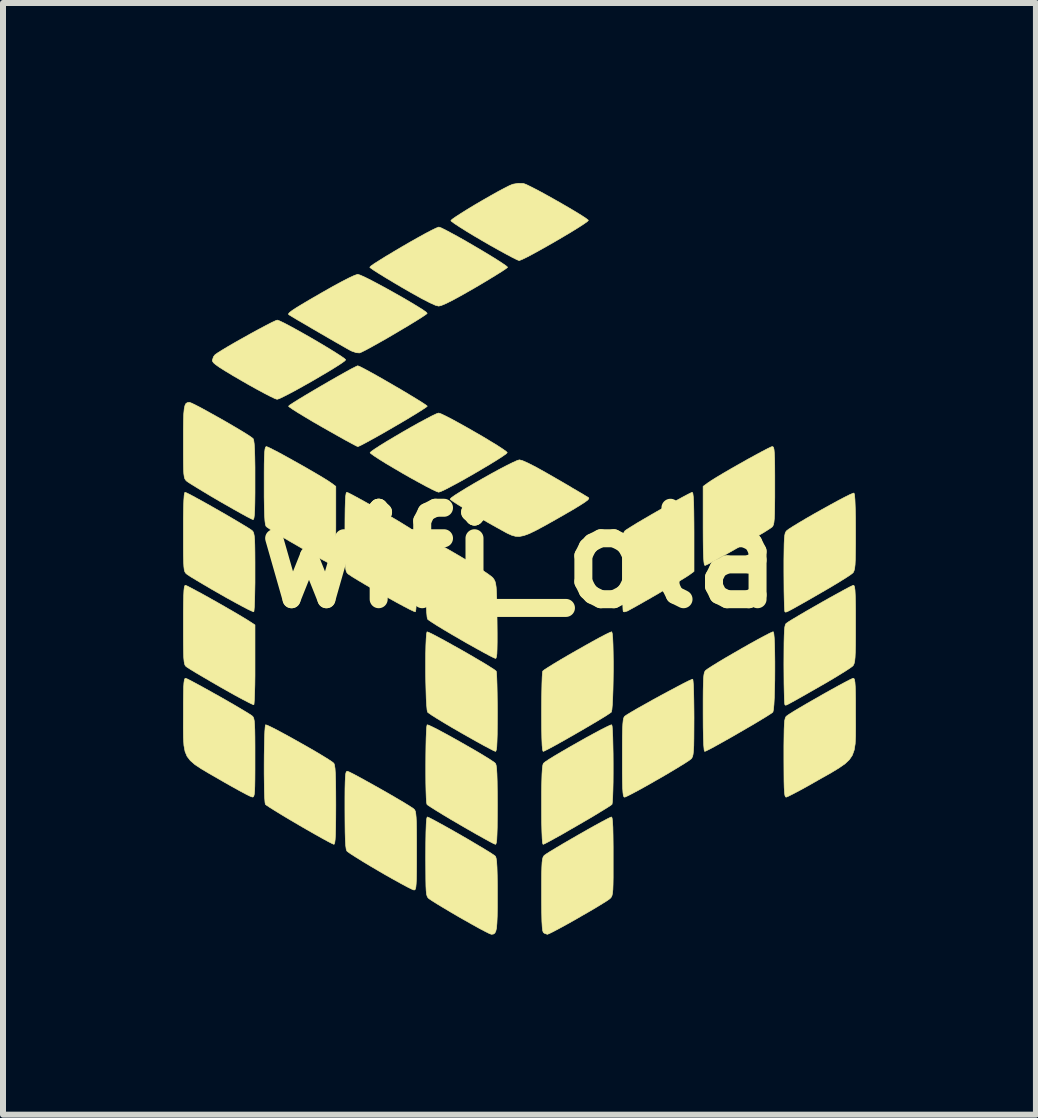
<source format=kicad_pcb>
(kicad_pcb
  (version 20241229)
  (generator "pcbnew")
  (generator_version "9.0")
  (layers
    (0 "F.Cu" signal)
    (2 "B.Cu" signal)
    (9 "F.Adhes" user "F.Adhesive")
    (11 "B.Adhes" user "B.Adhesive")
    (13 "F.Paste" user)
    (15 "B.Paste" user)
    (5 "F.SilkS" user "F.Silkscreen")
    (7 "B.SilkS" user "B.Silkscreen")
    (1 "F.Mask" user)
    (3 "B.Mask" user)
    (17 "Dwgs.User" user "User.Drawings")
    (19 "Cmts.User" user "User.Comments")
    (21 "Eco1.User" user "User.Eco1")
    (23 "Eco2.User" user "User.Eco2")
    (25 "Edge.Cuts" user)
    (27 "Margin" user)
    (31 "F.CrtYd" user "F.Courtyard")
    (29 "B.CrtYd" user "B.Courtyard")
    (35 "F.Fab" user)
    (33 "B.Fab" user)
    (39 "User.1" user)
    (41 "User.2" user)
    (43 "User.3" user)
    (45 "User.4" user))
  (footprint "wifi_ola"
    (layer "F.Cu")
    (at 5.619 6.246)
    (property "Reference" "wifi_ola" (at 0 0 0) (layer "F.SilkS") (effects (font (size 1.524 1.524) (thickness 0.3))))
    (attr through_hole)
    (fp_poly (pts (xy -5.55 0.469) (xy -5.484 0.503) (xy -5.389 0.554) (xy -5.272 0.617) (xy -5.142 0.69) (xy -5.005 0.767) (xy -4.87 0.845) (xy -4.743 0.918) (xy -4.632 0.984) (xy -4.545 1.037) (xy -4.515 1.056) (xy -4.42 1.118) (xy -4.42 1.777) (xy -4.42 1.955) (xy -4.422 2.115) (xy -4.426 2.251) (xy -4.43 2.357) (xy -4.435 2.425) (xy -4.439 2.448) (xy -4.466 2.439) (xy -4.53 2.408) (xy -4.626 2.358) (xy -4.747 2.293) (xy -4.886 2.215) (xy -4.992 2.155) (xy -5.143 2.068) (xy -5.281 1.987) (xy -5.4 1.917) (xy -5.492 1.861) (xy -5.551 1.823) (xy -5.569 1.81) (xy -5.583 1.794) (xy -5.593 1.769) (xy -5.601 1.728) (xy -5.607 1.666) (xy -5.61 1.577) (xy -5.612 1.455) (xy -5.613 1.293) (xy -5.613 1.114) (xy -5.613 0.908) (xy -5.611 0.748) (xy -5.608 0.628) (xy -5.604 0.544) (xy -5.598 0.491) (xy -5.589 0.464) (xy -5.58 0.457) (xy -5.55 0.469)) (stroke (width 0.01) (type solid)) (fill yes) (layer "F.SilkS"))
    (fp_poly (pts (xy -4.196 -1.842) (xy -4.128 -1.808) (xy -4.031 -1.758) (xy -3.913 -1.694) (xy -3.782 -1.621) (xy -3.646 -1.545) (xy -3.512 -1.468) (xy -3.388 -1.396) (xy -3.281 -1.332) (xy -3.199 -1.281) (xy -3.156 -1.252) (xy -3.073 -1.191) (xy -3.073 -0.532) (xy -3.074 -0.323) (xy -3.076 -0.159) (xy -3.079 -0.037) (xy -3.084 0.047) (xy -3.091 0.099) (xy -3.099 0.124) (xy -3.105 0.127) (xy -3.135 0.115) (xy -3.203 0.081) (xy -3.302 0.028) (xy -3.425 -0.04) (xy -3.566 -0.119) (xy -3.67 -0.178) (xy -3.821 -0.265) (xy -3.958 -0.345) (xy -4.074 -0.416) (xy -4.164 -0.473) (xy -4.22 -0.512) (xy -4.235 -0.525) (xy -4.246 -0.555) (xy -4.254 -0.615) (xy -4.26 -0.708) (xy -4.264 -0.84) (xy -4.267 -1.015) (xy -4.267 -1.211) (xy -4.267 -1.411) (xy -4.266 -1.565) (xy -4.263 -1.68) (xy -4.259 -1.76) (xy -4.253 -1.812) (xy -4.245 -1.841) (xy -4.235 -1.853) (xy -4.229 -1.854) (xy -4.196 -1.842)) (stroke (width 0.01) (type solid)) (fill yes) (layer "F.SilkS"))
    (fp_poly (pts (xy 2.877 -1.074) (xy 2.884 -1.018) (xy 2.89 -0.92) (xy 2.893 -0.779) (xy 2.895 -0.592) (xy 2.896 -0.433) (xy 2.896 0.226) (xy 2.813 0.287) (xy 2.771 0.314) (xy 2.694 0.362) (xy 2.588 0.425) (xy 2.464 0.498) (xy 2.329 0.578) (xy 2.191 0.658) (xy 2.058 0.734) (xy 1.94 0.801) (xy 1.844 0.854) (xy 1.788 0.885) (xy 1.74 0.9) (xy 1.718 0.897) (xy 1.713 0.868) (xy 1.71 0.795) (xy 1.706 0.686) (xy 1.704 0.547) (xy 1.702 0.384) (xy 1.702 0.237) (xy 1.702 0.038) (xy 1.703 -0.117) (xy 1.706 -0.233) (xy 1.71 -0.317) (xy 1.716 -0.375) (xy 1.724 -0.413) (xy 1.735 -0.437) (xy 1.746 -0.451) (xy 1.781 -0.476) (xy 1.851 -0.52) (xy 1.948 -0.58) (xy 2.067 -0.65) (xy 2.199 -0.727) (xy 2.337 -0.806) (xy 2.473 -0.883) (xy 2.6 -0.954) (xy 2.71 -1.014) (xy 2.797 -1.06) (xy 2.852 -1.087) (xy 2.867 -1.092) (xy 2.877 -1.074)) (stroke (width 0.01) (type solid)) (fill yes) (layer "F.SilkS"))
    (fp_poly (pts (xy -1.32 -5.5) (xy -1.25 -5.466) (xy -1.153 -5.414) (xy -1.035 -5.35) (xy -0.904 -5.276) (xy -0.767 -5.196) (xy -0.631 -5.116) (xy -0.503 -5.039) (xy -0.39 -4.969) (xy -0.299 -4.91) (xy -0.237 -4.867) (xy -0.211 -4.844) (xy -0.211 -4.842) (xy -0.234 -4.822) (xy -0.296 -4.78) (xy -0.39 -4.721) (xy -0.509 -4.648) (xy -0.647 -4.565) (xy -0.751 -4.504) (xy -0.952 -4.389) (xy -1.112 -4.301) (xy -1.233 -4.24) (xy -1.316 -4.205) (xy -1.359 -4.195) (xy -1.413 -4.209) (xy -1.508 -4.252) (xy -1.646 -4.323) (xy -1.825 -4.423) (xy -1.966 -4.504) (xy -2.115 -4.592) (xy -2.248 -4.672) (xy -2.36 -4.741) (xy -2.444 -4.795) (xy -2.495 -4.831) (xy -2.507 -4.842) (xy -2.489 -4.862) (xy -2.433 -4.902) (xy -2.346 -4.957) (xy -2.237 -5.025) (xy -2.11 -5.101) (xy -1.975 -5.181) (xy -1.837 -5.261) (xy -1.704 -5.336) (xy -1.583 -5.403) (xy -1.48 -5.457) (xy -1.404 -5.494) (xy -1.36 -5.511) (xy -1.356 -5.512) (xy -1.32 -5.5)) (stroke (width 0.01) (type solid)) (fill yes) (layer "F.SilkS"))
    (fp_poly (pts (xy 0.038 -1.62) (xy 0.128 -1.58) (xy 0.258 -1.514) (xy 0.427 -1.42) (xy 0.597 -1.322) (xy 0.746 -1.236) (xy 0.879 -1.157) (xy 0.992 -1.091) (xy 1.077 -1.04) (xy 1.128 -1.009) (xy 1.141 -1.001) (xy 1.143 -0.987) (xy 1.125 -0.964) (xy 1.081 -0.931) (xy 1.009 -0.884) (xy 0.905 -0.82) (xy 0.764 -0.738) (xy 0.586 -0.636) (xy 0.406 -0.535) (xy 0.264 -0.459) (xy 0.151 -0.404) (xy 0.061 -0.371) (xy -0.014 -0.356) (xy -0.079 -0.359) (xy -0.143 -0.377) (xy -0.212 -0.408) (xy -0.244 -0.425) (xy -0.383 -0.502) (xy -0.529 -0.584) (xy -0.674 -0.668) (xy -0.813 -0.749) (xy -0.937 -0.824) (xy -1.041 -0.889) (xy -1.118 -0.939) (xy -1.161 -0.971) (xy -1.168 -0.979) (xy -1.147 -1.002) (xy -1.088 -1.044) (xy -0.998 -1.101) (xy -0.886 -1.17) (xy -0.757 -1.246) (xy -0.619 -1.325) (xy -0.48 -1.403) (xy -0.346 -1.476) (xy -0.225 -1.539) (xy -0.124 -1.589) (xy -0.051 -1.622) (xy -0.013 -1.633) (xy 0.038 -1.62)) (stroke (width 0.01) (type solid)) (fill yes) (layer "F.SilkS"))
    (fp_poly (pts (xy 4.213 -1.85) (xy 4.223 -1.834) (xy 4.23 -1.801) (xy 4.235 -1.744) (xy 4.239 -1.658) (xy 4.241 -1.538) (xy 4.242 -1.377) (xy 4.242 -1.206) (xy 4.242 -1.007) (xy 4.24 -0.851) (xy 4.238 -0.734) (xy 4.234 -0.65) (xy 4.228 -0.591) (xy 4.22 -0.553) (xy 4.209 -0.529) (xy 4.197 -0.514) (xy 4.162 -0.489) (xy 4.092 -0.444) (xy 3.994 -0.385) (xy 3.875 -0.314) (xy 3.743 -0.237) (xy 3.605 -0.158) (xy 3.469 -0.081) (xy 3.343 -0.01) (xy 3.233 0.05) (xy 3.147 0.096) (xy 3.092 0.122) (xy 3.078 0.127) (xy 3.068 0.113) (xy 3.061 0.067) (xy 3.055 -0.014) (xy 3.051 -0.133) (xy 3.049 -0.295) (xy 3.048 -0.504) (xy 3.048 -0.532) (xy 3.048 -1.191) (xy 3.131 -1.252) (xy 3.189 -1.291) (xy 3.278 -1.346) (xy 3.39 -1.413) (xy 3.517 -1.487) (xy 3.653 -1.564) (xy 3.789 -1.641) (xy 3.917 -1.711) (xy 4.03 -1.772) (xy 4.12 -1.819) (xy 4.18 -1.848) (xy 4.2 -1.854) (xy 4.213 -1.85)) (stroke (width 0.01) (type solid)) (fill yes) (layer "F.SilkS"))
    (fp_poly (pts (xy -1.322 -2.401) (xy -1.25 -2.367) (xy -1.15 -2.316) (xy -1.031 -2.251) (xy -0.898 -2.177) (xy -0.76 -2.098) (xy -0.623 -2.019) (xy -0.496 -1.942) (xy -0.384 -1.874) (xy -0.295 -1.816) (xy -0.237 -1.775) (xy -0.216 -1.754) (xy -0.237 -1.732) (xy -0.296 -1.691) (xy -0.385 -1.633) (xy -0.497 -1.564) (xy -0.625 -1.488) (xy -0.761 -1.408) (xy -0.899 -1.329) (xy -1.031 -1.255) (xy -1.151 -1.191) (xy -1.25 -1.139) (xy -1.322 -1.106) (xy -1.359 -1.094) (xy -1.394 -1.106) (xy -1.467 -1.14) (xy -1.57 -1.193) (xy -1.697 -1.262) (xy -1.842 -1.342) (xy -1.956 -1.407) (xy -2.106 -1.495) (xy -2.241 -1.575) (xy -2.353 -1.645) (xy -2.438 -1.701) (xy -2.489 -1.738) (xy -2.502 -1.752) (xy -2.481 -1.774) (xy -2.422 -1.815) (xy -2.333 -1.873) (xy -2.221 -1.942) (xy -2.093 -2.018) (xy -1.957 -2.098) (xy -1.819 -2.177) (xy -1.687 -2.251) (xy -1.567 -2.315) (xy -1.468 -2.367) (xy -1.396 -2.401) (xy -1.359 -2.413) (xy -1.359 -2.413) (xy -1.322 -2.401)) (stroke (width 0.01) (type solid)) (fill yes) (layer "F.SilkS"))
    (fp_poly (pts (xy -4.011 -3.949) (xy -3.939 -3.915) (xy -3.84 -3.863) (xy -3.721 -3.798) (xy -3.589 -3.724) (xy -3.451 -3.645) (xy -3.315 -3.565) (xy -3.187 -3.488) (xy -3.076 -3.419) (xy -2.987 -3.362) (xy -2.929 -3.321) (xy -2.908 -3.3) (xy -2.929 -3.278) (xy -2.988 -3.236) (xy -3.077 -3.179) (xy -3.189 -3.11) (xy -3.318 -3.034) (xy -3.454 -2.954) (xy -3.592 -2.876) (xy -3.725 -2.802) (xy -3.844 -2.738) (xy -3.944 -2.687) (xy -4.015 -2.653) (xy -4.052 -2.642) (xy -4.088 -2.654) (xy -4.161 -2.689) (xy -4.264 -2.742) (xy -4.39 -2.81) (xy -4.532 -2.889) (xy -4.617 -2.938) (xy -4.786 -3.036) (xy -4.915 -3.114) (xy -5.009 -3.173) (xy -5.073 -3.218) (xy -5.111 -3.251) (xy -5.128 -3.277) (xy -5.131 -3.29) (xy -5.112 -3.35) (xy -5.086 -3.384) (xy -5.043 -3.415) (xy -4.966 -3.463) (xy -4.863 -3.525) (xy -4.742 -3.595) (xy -4.61 -3.669) (xy -4.476 -3.744) (xy -4.347 -3.814) (xy -4.232 -3.875) (xy -4.139 -3.923) (xy -4.074 -3.953) (xy -4.048 -3.962) (xy -4.011 -3.949)) (stroke (width 0.01) (type solid)) (fill yes) (layer "F.SilkS"))
    (fp_poly (pts (xy 1.525 1.233) (xy 1.534 1.263) (xy 1.541 1.335) (xy 1.546 1.442) (xy 1.549 1.574) (xy 1.551 1.724) (xy 1.551 1.883) (xy 1.549 2.043) (xy 1.546 2.196) (xy 1.541 2.334) (xy 1.535 2.447) (xy 1.528 2.528) (xy 1.519 2.569) (xy 1.518 2.571) (xy 1.488 2.593) (xy 1.422 2.636) (xy 1.327 2.694) (xy 1.21 2.764) (xy 1.079 2.841) (xy 0.941 2.921) (xy 0.803 3) (xy 0.674 3.073) (xy 0.559 3.137) (xy 0.467 3.186) (xy 0.405 3.217) (xy 0.382 3.226) (xy 0.373 3.201) (xy 0.365 3.125) (xy 0.36 3) (xy 0.357 2.827) (xy 0.356 2.605) (xy 0.356 2.572) (xy 0.357 2.394) (xy 0.359 2.231) (xy 0.362 2.093) (xy 0.366 1.984) (xy 0.371 1.914) (xy 0.375 1.888) (xy 0.403 1.865) (xy 0.468 1.823) (xy 0.561 1.765) (xy 0.676 1.696) (xy 0.806 1.62) (xy 0.944 1.541) (xy 1.082 1.463) (xy 1.212 1.39) (xy 1.329 1.326) (xy 1.425 1.276) (xy 1.492 1.244) (xy 1.524 1.232) (xy 1.525 1.233)) (stroke (width 0.01) (type solid)) (fill yes) (layer "F.SilkS"))
    (fp_poly (pts (xy -4.215 2.79) (xy -4.151 2.82) (xy -4.058 2.867) (xy -3.943 2.929) (xy -3.813 3) (xy -3.676 3.077) (xy -3.538 3.155) (xy -3.408 3.23) (xy -3.293 3.299) (xy -3.199 3.357) (xy -3.133 3.401) (xy -3.105 3.424) (xy -3.095 3.452) (xy -3.086 3.509) (xy -3.08 3.6) (xy -3.076 3.729) (xy -3.074 3.899) (xy -3.073 4.117) (xy -3.073 4.12) (xy -3.074 4.328) (xy -3.076 4.491) (xy -3.079 4.612) (xy -3.084 4.696) (xy -3.091 4.748) (xy -3.1 4.771) (xy -3.105 4.774) (xy -3.135 4.761) (xy -3.202 4.727) (xy -3.301 4.673) (xy -3.424 4.604) (xy -3.566 4.523) (xy -3.682 4.456) (xy -3.833 4.367) (xy -3.97 4.285) (xy -4.086 4.214) (xy -4.175 4.158) (xy -4.23 4.121) (xy -4.247 4.107) (xy -4.253 4.073) (xy -4.259 3.996) (xy -4.263 3.887) (xy -4.265 3.753) (xy -4.267 3.603) (xy -4.267 3.444) (xy -4.266 3.285) (xy -4.263 3.135) (xy -4.26 3.001) (xy -4.256 2.892) (xy -4.25 2.817) (xy -4.244 2.783) (xy -4.243 2.782) (xy -4.215 2.79)) (stroke (width 0.01) (type solid)) (fill yes) (layer "F.SilkS"))
    (fp_poly (pts (xy -2.674 -3.188) (xy -2.607 -3.154) (xy -2.512 -3.103) (xy -2.395 -3.038) (xy -2.265 -2.964) (xy -2.127 -2.884) (xy -1.989 -2.804) (xy -1.859 -2.726) (xy -1.743 -2.656) (xy -1.648 -2.597) (xy -1.582 -2.554) (xy -1.551 -2.53) (xy -1.549 -2.527) (xy -1.57 -2.509) (xy -1.629 -2.47) (xy -1.717 -2.414) (xy -1.829 -2.346) (xy -1.956 -2.27) (xy -2.093 -2.19) (xy -2.231 -2.11) (xy -2.364 -2.034) (xy -2.485 -1.967) (xy -2.586 -1.912) (xy -2.661 -1.873) (xy -2.702 -1.855) (xy -2.706 -1.854) (xy -2.734 -1.866) (xy -2.8 -1.901) (xy -2.897 -1.953) (xy -3.02 -2.022) (xy -3.162 -2.102) (xy -3.296 -2.178) (xy -3.449 -2.266) (xy -3.586 -2.348) (xy -3.702 -2.418) (xy -3.79 -2.474) (xy -3.845 -2.512) (xy -3.861 -2.527) (xy -3.84 -2.546) (xy -3.782 -2.584) (xy -3.693 -2.64) (xy -3.582 -2.707) (xy -3.454 -2.783) (xy -3.318 -2.863) (xy -3.18 -2.943) (xy -3.047 -3.019) (xy -2.926 -3.087) (xy -2.825 -3.143) (xy -2.751 -3.181) (xy -2.71 -3.2) (xy -2.706 -3.2) (xy -2.674 -3.188)) (stroke (width 0.01) (type solid)) (fill yes) (layer "F.SilkS"))
    (fp_poly (pts (xy -1.525 1.242) (xy -1.462 1.272) (xy -1.369 1.321) (xy -1.254 1.383) (xy -1.125 1.455) (xy -0.987 1.532) (xy -0.849 1.611) (xy -0.718 1.688) (xy -0.6 1.757) (xy -0.504 1.817) (xy -0.435 1.861) (xy -0.402 1.887) (xy -0.4 1.889) (xy -0.395 1.921) (xy -0.391 1.997) (xy -0.387 2.11) (xy -0.384 2.252) (xy -0.382 2.417) (xy -0.381 2.572) (xy -0.382 2.78) (xy -0.383 2.943) (xy -0.387 3.064) (xy -0.391 3.147) (xy -0.398 3.199) (xy -0.407 3.222) (xy -0.413 3.225) (xy -0.443 3.213) (xy -0.51 3.178) (xy -0.609 3.126) (xy -0.732 3.058) (xy -0.874 2.978) (xy -0.978 2.919) (xy -1.129 2.832) (xy -1.265 2.751) (xy -1.382 2.68) (xy -1.471 2.624) (xy -1.527 2.585) (xy -1.543 2.572) (xy -1.552 2.536) (xy -1.559 2.459) (xy -1.566 2.349) (xy -1.57 2.214) (xy -1.574 2.062) (xy -1.576 1.902) (xy -1.576 1.742) (xy -1.575 1.591) (xy -1.572 1.456) (xy -1.567 1.346) (xy -1.561 1.27) (xy -1.553 1.234) (xy -1.552 1.233) (xy -1.525 1.242)) (stroke (width 0.01) (type solid)) (fill yes) (layer "F.SilkS"))
    (fp_poly (pts (xy -1.522 2.79) (xy -1.458 2.82) (xy -1.365 2.867) (xy -1.25 2.929) (xy -1.121 3) (xy -0.984 3.077) (xy -0.846 3.156) (xy -0.716 3.231) (xy -0.601 3.3) (xy -0.506 3.359) (xy -0.441 3.402) (xy -0.413 3.425) (xy -0.402 3.453) (xy -0.394 3.509) (xy -0.388 3.599) (xy -0.384 3.727) (xy -0.382 3.897) (xy -0.381 4.113) (xy -0.381 4.12) (xy -0.382 4.328) (xy -0.383 4.491) (xy -0.387 4.612) (xy -0.391 4.696) (xy -0.398 4.748) (xy -0.407 4.771) (xy -0.413 4.774) (xy -0.443 4.762) (xy -0.51 4.727) (xy -0.608 4.673) (xy -0.732 4.604) (xy -0.873 4.523) (xy -0.989 4.456) (xy -1.14 4.368) (xy -1.277 4.286) (xy -1.393 4.215) (xy -1.482 4.159) (xy -1.538 4.122) (xy -1.554 4.108) (xy -1.561 4.073) (xy -1.566 3.997) (xy -1.57 3.887) (xy -1.573 3.753) (xy -1.574 3.602) (xy -1.574 3.444) (xy -1.573 3.285) (xy -1.571 3.134) (xy -1.568 3.001) (xy -1.563 2.892) (xy -1.558 2.816) (xy -1.551 2.782) (xy -1.55 2.782) (xy -1.522 2.79)) (stroke (width 0.01) (type solid)) (fill yes) (layer "F.SilkS"))
    (fp_poly (pts (xy 1.532 2.81) (xy 1.537 2.881) (xy 1.542 2.987) (xy 1.545 3.118) (xy 1.548 3.267) (xy 1.549 3.425) (xy 1.549 3.584) (xy 1.548 3.736) (xy 1.545 3.872) (xy 1.541 3.985) (xy 1.536 4.066) (xy 1.53 4.106) (xy 1.529 4.108) (xy 1.503 4.128) (xy 1.439 4.169) (xy 1.346 4.226) (xy 1.231 4.296) (xy 1.101 4.373) (xy 0.963 4.453) (xy 0.824 4.533) (xy 0.693 4.609) (xy 0.575 4.674) (xy 0.479 4.727) (xy 0.412 4.762) (xy 0.381 4.775) (xy 0.381 4.775) (xy 0.372 4.75) (xy 0.366 4.677) (xy 0.361 4.559) (xy 0.357 4.398) (xy 0.356 4.198) (xy 0.356 4.12) (xy 0.356 3.902) (xy 0.359 3.731) (xy 0.363 3.601) (xy 0.369 3.51) (xy 0.377 3.452) (xy 0.387 3.424) (xy 0.387 3.424) (xy 0.419 3.398) (xy 0.487 3.353) (xy 0.583 3.294) (xy 0.7 3.225) (xy 0.831 3.149) (xy 0.969 3.071) (xy 1.105 2.994) (xy 1.234 2.924) (xy 1.348 2.863) (xy 1.439 2.817) (xy 1.501 2.788) (xy 1.525 2.782) (xy 1.532 2.81)) (stroke (width 0.01) (type solid)) (fill yes) (layer "F.SilkS"))
    (fp_poly (pts (xy 4.226 1.262) (xy 4.233 1.335) (xy 4.238 1.441) (xy 4.241 1.574) (xy 4.243 1.724) (xy 4.243 1.883) (xy 4.242 2.044) (xy 4.238 2.197) (xy 4.234 2.334) (xy 4.228 2.447) (xy 4.22 2.528) (xy 4.211 2.569) (xy 4.21 2.571) (xy 4.181 2.593) (xy 4.114 2.636) (xy 4.019 2.694) (xy 3.903 2.764) (xy 3.771 2.841) (xy 3.633 2.921) (xy 3.496 3) (xy 3.366 3.073) (xy 3.251 3.137) (xy 3.16 3.186) (xy 3.098 3.217) (xy 3.074 3.226) (xy 3.065 3.201) (xy 3.058 3.125) (xy 3.053 3) (xy 3.049 2.827) (xy 3.048 2.606) (xy 3.048 2.569) (xy 3.048 2.368) (xy 3.049 2.211) (xy 3.052 2.094) (xy 3.055 2.008) (xy 3.061 1.95) (xy 3.069 1.911) (xy 3.08 1.888) (xy 3.092 1.874) (xy 3.135 1.843) (xy 3.212 1.794) (xy 3.314 1.731) (xy 3.435 1.659) (xy 3.568 1.582) (xy 3.705 1.503) (xy 3.839 1.427) (xy 3.964 1.358) (xy 4.071 1.301) (xy 4.153 1.258) (xy 4.204 1.235) (xy 4.217 1.232) (xy 4.226 1.262)) (stroke (width 0.01) (type solid)) (fill yes) (layer "F.SilkS"))
    (fp_poly (pts (xy -2.667 -4.712) (xy -2.593 -4.679) (xy -2.492 -4.629) (xy -2.371 -4.565) (xy -2.238 -4.493) (xy -2.098 -4.415) (xy -1.96 -4.337) (xy -1.832 -4.262) (xy -1.719 -4.194) (xy -1.629 -4.138) (xy -1.571 -4.097) (xy -1.55 -4.075) (xy -1.571 -4.056) (xy -1.629 -4.017) (xy -1.717 -3.961) (xy -1.828 -3.893) (xy -1.955 -3.817) (xy -2.09 -3.737) (xy -2.226 -3.657) (xy -2.357 -3.583) (xy -2.475 -3.517) (xy -2.573 -3.464) (xy -2.643 -3.429) (xy -2.677 -3.415) (xy -2.732 -3.419) (xy -2.805 -3.444) (xy -2.832 -3.457) (xy -2.888 -3.488) (xy -2.973 -3.537) (xy -3.082 -3.599) (xy -3.205 -3.67) (xy -3.336 -3.746) (xy -3.467 -3.822) (xy -3.591 -3.895) (xy -3.7 -3.958) (xy -3.785 -4.009) (xy -3.841 -4.043) (xy -3.859 -4.054) (xy -3.861 -4.067) (xy -3.844 -4.088) (xy -3.803 -4.12) (xy -3.735 -4.165) (xy -3.635 -4.226) (xy -3.5 -4.306) (xy -3.325 -4.407) (xy -3.285 -4.43) (xy -3.119 -4.524) (xy -2.973 -4.603) (xy -2.853 -4.665) (xy -2.764 -4.706) (xy -2.711 -4.724) (xy -2.706 -4.724) (xy -2.667 -4.712)) (stroke (width 0.01) (type solid)) (fill yes) (layer "F.SilkS"))
    (fp_poly (pts (xy 0.05 -6.239) (xy 0.055 -6.238) (xy 0.099 -6.222) (xy 0.177 -6.184) (xy 0.281 -6.131) (xy 0.403 -6.065) (xy 0.536 -5.991) (xy 0.672 -5.914) (xy 0.803 -5.838) (xy 0.923 -5.767) (xy 1.022 -5.706) (xy 1.095 -5.658) (xy 1.132 -5.629) (xy 1.136 -5.624) (xy 1.117 -5.604) (xy 1.061 -5.564) (xy 0.975 -5.508) (xy 0.865 -5.44) (xy 0.738 -5.364) (xy 0.602 -5.284) (xy 0.464 -5.205) (xy 0.331 -5.13) (xy 0.209 -5.063) (xy 0.107 -5.009) (xy 0.03 -4.972) (xy -0.014 -4.955) (xy -0.018 -4.954) (xy -0.052 -4.967) (xy -0.123 -5.002) (xy -0.225 -5.056) (xy -0.351 -5.125) (xy -0.494 -5.205) (xy -0.61 -5.272) (xy -0.76 -5.36) (xy -0.894 -5.441) (xy -1.007 -5.512) (xy -1.092 -5.568) (xy -1.143 -5.605) (xy -1.156 -5.619) (xy -1.135 -5.641) (xy -1.077 -5.682) (xy -0.989 -5.739) (xy -0.879 -5.808) (xy -0.755 -5.883) (xy -0.623 -5.96) (xy -0.492 -6.035) (xy -0.369 -6.104) (xy -0.262 -6.161) (xy -0.177 -6.204) (xy -0.123 -6.226) (xy -0.123 -6.226) (xy -0.036 -6.241) (xy 0.05 -6.239)) (stroke (width 0.01) (type solid)) (fill yes) (layer "F.SilkS"))
    (fp_poly (pts (xy -5.554 -1.08) (xy -5.487 -1.046) (xy -5.391 -0.994) (xy -5.274 -0.93) (xy -5.143 -0.856) (xy -5.006 -0.778) (xy -4.869 -0.699) (xy -4.741 -0.624) (xy -4.629 -0.557) (xy -4.54 -0.503) (xy -4.482 -0.465) (xy -4.464 -0.451) (xy -4.45 -0.433) (xy -4.44 -0.406) (xy -4.432 -0.365) (xy -4.426 -0.302) (xy -4.423 -0.212) (xy -4.421 -0.088) (xy -4.42 0.076) (xy -4.42 0.24) (xy -4.42 0.416) (xy -4.423 0.575) (xy -4.426 0.709) (xy -4.43 0.813) (xy -4.436 0.878) (xy -4.44 0.899) (xy -4.467 0.89) (xy -4.532 0.86) (xy -4.628 0.81) (xy -4.748 0.745) (xy -4.888 0.668) (xy -4.986 0.612) (xy -5.137 0.526) (xy -5.275 0.445) (xy -5.394 0.374) (xy -5.487 0.318) (xy -5.546 0.279) (xy -5.562 0.267) (xy -5.578 0.251) (xy -5.59 0.229) (xy -5.599 0.196) (xy -5.605 0.145) (xy -5.609 0.071) (xy -5.612 -0.034) (xy -5.613 -0.175) (xy -5.613 -0.358) (xy -5.613 -0.436) (xy -5.613 -0.656) (xy -5.61 -0.829) (xy -5.606 -0.955) (xy -5.6 -1.04) (xy -5.592 -1.084) (xy -5.585 -1.092) (xy -5.554 -1.08)) (stroke (width 0.01) (type solid)) (fill yes) (layer "F.SilkS"))
    (fp_poly (pts (xy -5.546 2.019) (xy -5.479 2.053) (xy -5.384 2.104) (xy -5.267 2.168) (xy -5.136 2.241) (xy -4.998 2.318) (xy -4.862 2.396) (xy -4.734 2.47) (xy -4.623 2.536) (xy -4.535 2.589) (xy -4.478 2.626) (xy -4.464 2.637) (xy -4.45 2.653) (xy -4.44 2.677) (xy -4.432 2.717) (xy -4.427 2.778) (xy -4.423 2.867) (xy -4.421 2.988) (xy -4.42 3.149) (xy -4.42 3.331) (xy -4.42 3.531) (xy -4.421 3.686) (xy -4.423 3.801) (xy -4.426 3.883) (xy -4.431 3.937) (xy -4.439 3.968) (xy -4.449 3.983) (xy -4.462 3.986) (xy -4.464 3.986) (xy -4.498 3.974) (xy -4.569 3.939) (xy -4.67 3.885) (xy -4.793 3.817) (xy -4.933 3.738) (xy -5 3.699) (xy -5.176 3.598) (xy -5.314 3.516) (xy -5.42 3.446) (xy -5.497 3.379) (xy -5.551 3.309) (xy -5.585 3.228) (xy -5.604 3.127) (xy -5.612 2.999) (xy -5.614 2.837) (xy -5.613 2.633) (xy -5.613 2.61) (xy -5.613 2.416) (xy -5.611 2.267) (xy -5.609 2.158) (xy -5.604 2.083) (xy -5.597 2.036) (xy -5.588 2.013) (xy -5.577 2.007) (xy -5.546 2.019)) (stroke (width 0.01) (type solid)) (fill yes) (layer "F.SilkS"))
    (fp_poly (pts (xy -2.859 -1.08) (xy -2.791 -1.045) (xy -2.695 -0.993) (xy -2.577 -0.928) (xy -2.445 -0.853) (xy -2.307 -0.774) (xy -2.17 -0.694) (xy -2.041 -0.618) (xy -1.928 -0.549) (xy -1.838 -0.493) (xy -1.779 -0.454) (xy -1.759 -0.438) (xy -1.75 -0.403) (xy -1.743 -0.326) (xy -1.737 -0.216) (xy -1.732 -0.081) (xy -1.728 0.07) (xy -1.726 0.229) (xy -1.726 0.389) (xy -1.727 0.54) (xy -1.729 0.675) (xy -1.733 0.785) (xy -1.739 0.862) (xy -1.747 0.898) (xy -1.748 0.899) (xy -1.775 0.89) (xy -1.839 0.86) (xy -1.935 0.81) (xy -2.056 0.745) (xy -2.195 0.668) (xy -2.294 0.612) (xy -2.445 0.526) (xy -2.583 0.445) (xy -2.702 0.374) (xy -2.794 0.318) (xy -2.853 0.279) (xy -2.87 0.267) (xy -2.885 0.251) (xy -2.898 0.229) (xy -2.906 0.196) (xy -2.913 0.145) (xy -2.917 0.071) (xy -2.919 -0.034) (xy -2.921 -0.175) (xy -2.921 -0.358) (xy -2.921 -0.436) (xy -2.92 -0.651) (xy -2.918 -0.818) (xy -2.914 -0.943) (xy -2.909 -1.027) (xy -2.901 -1.076) (xy -2.892 -1.092) (xy -2.891 -1.092) (xy -2.859 -1.08)) (stroke (width 0.01) (type solid)) (fill yes) (layer "F.SilkS"))
    (fp_poly (pts (xy -1.523 -0.308) (xy -1.457 -0.278) (xy -1.363 -0.23) (xy -1.248 -0.167) (xy -1.119 -0.093) (xy -0.984 -0.014) (xy -0.85 0.067) (xy -0.724 0.146) (xy -0.614 0.217) (xy -0.526 0.277) (xy -0.468 0.321) (xy -0.451 0.339) (xy -0.433 0.366) (xy -0.419 0.395) (xy -0.409 0.434) (xy -0.401 0.488) (xy -0.396 0.564) (xy -0.392 0.669) (xy -0.389 0.81) (xy -0.387 0.994) (xy -0.386 1.048) (xy -0.384 1.249) (xy -0.384 1.405) (xy -0.386 1.52) (xy -0.389 1.6) (xy -0.396 1.649) (xy -0.404 1.672) (xy -0.412 1.676) (xy -0.442 1.664) (xy -0.51 1.63) (xy -0.609 1.577) (xy -0.732 1.509) (xy -0.874 1.43) (xy -0.978 1.37) (xy -1.128 1.283) (xy -1.265 1.202) (xy -1.382 1.131) (xy -1.471 1.074) (xy -1.527 1.036) (xy -1.543 1.022) (xy -1.552 0.987) (xy -1.559 0.91) (xy -1.565 0.8) (xy -1.57 0.665) (xy -1.574 0.514) (xy -1.576 0.354) (xy -1.576 0.195) (xy -1.575 0.043) (xy -1.573 -0.092) (xy -1.569 -0.201) (xy -1.563 -0.278) (xy -1.555 -0.314) (xy -1.554 -0.315) (xy -1.523 -0.308)) (stroke (width 0.01) (type solid)) (fill yes) (layer "F.SilkS"))
    (fp_poly (pts (xy 5.562 2.012) (xy 5.571 2.033) (xy 5.578 2.074) (xy 5.583 2.142) (xy 5.586 2.242) (xy 5.588 2.38) (xy 5.588 2.563) (xy 5.588 2.595) (xy 5.589 2.802) (xy 5.588 2.967) (xy 5.582 3.099) (xy 5.565 3.204) (xy 5.534 3.29) (xy 5.485 3.363) (xy 5.413 3.431) (xy 5.313 3.501) (xy 5.183 3.58) (xy 5.016 3.674) (xy 4.893 3.744) (xy 4.759 3.82) (xy 4.638 3.886) (xy 4.538 3.938) (xy 4.466 3.974) (xy 4.431 3.988) (xy 4.43 3.988) (xy 4.419 3.98) (xy 4.41 3.955) (xy 4.404 3.906) (xy 4.399 3.829) (xy 4.396 3.717) (xy 4.395 3.566) (xy 4.394 3.37) (xy 4.394 3.331) (xy 4.394 3.13) (xy 4.396 2.973) (xy 4.398 2.856) (xy 4.402 2.77) (xy 4.407 2.712) (xy 4.416 2.674) (xy 4.426 2.65) (xy 4.439 2.636) (xy 4.479 2.608) (xy 4.553 2.561) (xy 4.655 2.5) (xy 4.776 2.429) (xy 4.909 2.353) (xy 5.047 2.274) (xy 5.181 2.199) (xy 5.306 2.13) (xy 5.412 2.073) (xy 5.493 2.031) (xy 5.541 2.009) (xy 5.549 2.007) (xy 5.562 2.012)) (stroke (width 0.01) (type solid)) (fill yes) (layer "F.SilkS"))
    (fp_poly (pts (xy -1.518 4.33) (xy -1.45 4.365) (xy -1.354 4.417) (xy -1.236 4.482) (xy -1.105 4.556) (xy -0.967 4.635) (xy -0.829 4.715) (xy -0.7 4.792) (xy -0.586 4.86) (xy -0.495 4.916) (xy -0.435 4.956) (xy -0.413 4.973) (xy -0.402 5.003) (xy -0.393 5.062) (xy -0.387 5.157) (xy -0.383 5.291) (xy -0.381 5.468) (xy -0.381 5.613) (xy -0.381 5.814) (xy -0.383 5.969) (xy -0.388 6.086) (xy -0.395 6.168) (xy -0.407 6.222) (xy -0.424 6.254) (xy -0.446 6.269) (xy -0.475 6.273) (xy -0.481 6.273) (xy -0.514 6.261) (xy -0.584 6.226) (xy -0.683 6.174) (xy -0.805 6.106) (xy -0.943 6.028) (xy -0.998 5.997) (xy -1.142 5.913) (xy -1.273 5.835) (xy -1.384 5.768) (xy -1.468 5.715) (xy -1.517 5.682) (xy -1.525 5.676) (xy -1.54 5.66) (xy -1.552 5.637) (xy -1.561 5.603) (xy -1.567 5.55) (xy -1.571 5.473) (xy -1.573 5.365) (xy -1.574 5.221) (xy -1.575 5.033) (xy -1.575 4.974) (xy -1.574 4.746) (xy -1.571 4.566) (xy -1.566 4.434) (xy -1.559 4.351) (xy -1.55 4.319) (xy -1.549 4.318) (xy -1.518 4.33)) (stroke (width 0.01) (type solid)) (fill yes) (layer "F.SilkS"))
    (fp_poly (pts (xy 1.531 4.336) (xy 1.538 4.393) (xy 1.544 4.49) (xy 1.547 4.631) (xy 1.549 4.819) (xy 1.549 4.974) (xy 1.549 5.173) (xy 1.549 5.328) (xy 1.547 5.444) (xy 1.544 5.529) (xy 1.538 5.587) (xy 1.53 5.626) (xy 1.519 5.651) (xy 1.505 5.669) (xy 1.492 5.681) (xy 1.451 5.711) (xy 1.376 5.758) (xy 1.275 5.82) (xy 1.155 5.891) (xy 1.024 5.966) (xy 0.891 6.043) (xy 0.762 6.115) (xy 0.646 6.178) (xy 0.55 6.229) (xy 0.483 6.262) (xy 0.452 6.274) (xy 0.404 6.257) (xy 0.386 6.243) (xy 0.375 6.216) (xy 0.367 6.154) (xy 0.361 6.055) (xy 0.358 5.914) (xy 0.356 5.728) (xy 0.356 5.608) (xy 0.356 5.416) (xy 0.357 5.267) (xy 0.36 5.157) (xy 0.364 5.078) (xy 0.371 5.025) (xy 0.38 4.99) (xy 0.393 4.968) (xy 0.4 4.959) (xy 0.435 4.934) (xy 0.504 4.89) (xy 0.602 4.831) (xy 0.721 4.76) (xy 0.853 4.684) (xy 0.99 4.605) (xy 1.127 4.527) (xy 1.254 4.456) (xy 1.364 4.396) (xy 1.451 4.35) (xy 1.506 4.323) (xy 1.521 4.318) (xy 1.531 4.336)) (stroke (width 0.01) (type solid)) (fill yes) (layer "F.SilkS"))
    (fp_poly (pts (xy 2.88 2.05) (xy 2.886 2.122) (xy 2.89 2.23) (xy 2.893 2.368) (xy 2.895 2.529) (xy 2.896 2.666) (xy 2.895 2.863) (xy 2.894 3.016) (xy 2.892 3.131) (xy 2.887 3.214) (xy 2.881 3.272) (xy 2.872 3.31) (xy 2.86 3.335) (xy 2.851 3.347) (xy 2.817 3.374) (xy 2.747 3.42) (xy 2.648 3.481) (xy 2.529 3.553) (xy 2.397 3.631) (xy 2.259 3.71) (xy 2.123 3.788) (xy 1.997 3.858) (xy 1.887 3.917) (xy 1.802 3.961) (xy 1.75 3.985) (xy 1.738 3.988) (xy 1.727 3.981) (xy 1.718 3.957) (xy 1.712 3.91) (xy 1.707 3.835) (xy 1.704 3.726) (xy 1.702 3.579) (xy 1.702 3.388) (xy 1.702 3.331) (xy 1.702 3.128) (xy 1.703 2.971) (xy 1.706 2.852) (xy 1.71 2.767) (xy 1.716 2.708) (xy 1.724 2.67) (xy 1.735 2.648) (xy 1.744 2.638) (xy 1.785 2.61) (xy 1.86 2.565) (xy 1.961 2.506) (xy 2.083 2.438) (xy 2.216 2.363) (xy 2.354 2.288) (xy 2.49 2.215) (xy 2.616 2.148) (xy 2.724 2.091) (xy 2.808 2.049) (xy 2.861 2.026) (xy 2.875 2.022) (xy 2.88 2.05)) (stroke (width 0.01) (type solid)) (fill yes) (layer "F.SilkS"))
    (fp_poly (pts (xy -2.85 3.568) (xy -2.782 3.602) (xy -2.686 3.653) (xy -2.568 3.718) (xy -2.437 3.791) (xy -2.3 3.868) (xy -2.164 3.946) (xy -2.037 4.02) (xy -1.926 4.086) (xy -1.839 4.14) (xy -1.784 4.176) (xy -1.772 4.186) (xy -1.758 4.201) (xy -1.747 4.226) (xy -1.74 4.266) (xy -1.734 4.328) (xy -1.73 4.416) (xy -1.728 4.538) (xy -1.727 4.699) (xy -1.727 4.881) (xy -1.727 5.081) (xy -1.728 5.235) (xy -1.73 5.351) (xy -1.734 5.432) (xy -1.739 5.486) (xy -1.746 5.517) (xy -1.756 5.532) (xy -1.769 5.535) (xy -1.772 5.535) (xy -1.805 5.522) (xy -1.876 5.487) (xy -1.977 5.433) (xy -2.102 5.364) (xy -2.244 5.284) (xy -2.337 5.23) (xy -2.485 5.143) (xy -2.62 5.062) (xy -2.734 4.991) (xy -2.822 4.935) (xy -2.876 4.897) (xy -2.889 4.885) (xy -2.9 4.855) (xy -2.908 4.796) (xy -2.914 4.702) (xy -2.918 4.57) (xy -2.92 4.396) (xy -2.921 4.199) (xy -2.921 4) (xy -2.92 3.846) (xy -2.917 3.732) (xy -2.913 3.651) (xy -2.908 3.599) (xy -2.9 3.57) (xy -2.889 3.558) (xy -2.881 3.556) (xy -2.85 3.568)) (stroke (width 0.01) (type solid)) (fill yes) (layer "F.SilkS"))
    (fp_poly (pts (xy -5.476 -2.578) (xy -5.406 -2.544) (xy -5.308 -2.493) (xy -5.19 -2.428) (xy -5.059 -2.355) (xy -4.924 -2.279) (xy -4.792 -2.202) (xy -4.672 -2.131) (xy -4.57 -2.069) (xy -4.495 -2.02) (xy -4.455 -1.99) (xy -4.451 -1.987) (xy -4.441 -1.958) (xy -4.433 -1.901) (xy -4.427 -1.81) (xy -4.423 -1.681) (xy -4.42 -1.511) (xy -4.42 -1.293) (xy -4.42 -1.291) (xy -4.42 -1.082) (xy -4.422 -0.919) (xy -4.425 -0.798) (xy -4.43 -0.715) (xy -4.437 -0.663) (xy -4.446 -0.64) (xy -4.451 -0.637) (xy -4.482 -0.65) (xy -4.549 -0.684) (xy -4.647 -0.738) (xy -4.769 -0.806) (xy -4.909 -0.886) (xy -4.995 -0.935) (xy -5.144 -1.022) (xy -5.28 -1.104) (xy -5.397 -1.175) (xy -5.488 -1.231) (xy -5.546 -1.269) (xy -5.56 -1.28) (xy -5.577 -1.298) (xy -5.59 -1.32) (xy -5.599 -1.353) (xy -5.606 -1.403) (xy -5.61 -1.478) (xy -5.612 -1.583) (xy -5.613 -1.726) (xy -5.613 -1.912) (xy -5.613 -1.929) (xy -5.613 -2.13) (xy -5.611 -2.285) (xy -5.607 -2.402) (xy -5.599 -2.484) (xy -5.587 -2.538) (xy -5.571 -2.571) (xy -5.548 -2.586) (xy -5.519 -2.591) (xy -5.511 -2.591) (xy -5.476 -2.578)) (stroke (width 0.01) (type solid)) (fill yes) (layer "F.SilkS"))
    (fp_poly (pts (xy 5.571 -1.049) (xy 5.578 -0.969) (xy 5.583 -0.841) (xy 5.587 -0.669) (xy 5.588 -0.453) (xy 5.588 -0.433) (xy 5.588 -0.235) (xy 5.586 -0.082) (xy 5.584 0.033) (xy 5.58 0.116) (xy 5.573 0.174) (xy 5.564 0.212) (xy 5.553 0.238) (xy 5.544 0.25) (xy 5.509 0.278) (xy 5.437 0.326) (xy 5.335 0.39) (xy 5.211 0.465) (xy 5.07 0.548) (xy 5.016 0.579) (xy 4.841 0.68) (xy 4.704 0.758) (xy 4.601 0.816) (xy 4.527 0.857) (xy 4.476 0.884) (xy 4.445 0.898) (xy 4.427 0.904) (xy 4.417 0.903) (xy 4.411 0.898) (xy 4.41 0.897) (xy 4.406 0.868) (xy 4.402 0.795) (xy 4.399 0.686) (xy 4.396 0.547) (xy 4.395 0.384) (xy 4.394 0.237) (xy 4.394 0.038) (xy 4.396 -0.117) (xy 4.398 -0.233) (xy 4.402 -0.317) (xy 4.408 -0.375) (xy 4.416 -0.413) (xy 4.428 -0.437) (xy 4.439 -0.451) (xy 4.478 -0.481) (xy 4.552 -0.528) (xy 4.652 -0.589) (xy 4.772 -0.66) (xy 4.904 -0.736) (xy 5.042 -0.813) (xy 5.177 -0.888) (xy 5.302 -0.956) (xy 5.411 -1.013) (xy 5.495 -1.055) (xy 5.548 -1.077) (xy 5.562 -1.08) (xy 5.571 -1.049)) (stroke (width 0.01) (type solid)) (fill yes) (layer "F.SilkS"))
    (fp_poly (pts (xy 5.564 0.465) (xy 5.572 0.49) (xy 5.579 0.54) (xy 5.583 0.618) (xy 5.586 0.73) (xy 5.588 0.882) (xy 5.588 1.079) (xy 5.588 1.102) (xy 5.588 1.302) (xy 5.587 1.458) (xy 5.584 1.575) (xy 5.58 1.66) (xy 5.574 1.719) (xy 5.565 1.759) (xy 5.554 1.785) (xy 5.544 1.8) (xy 5.509 1.827) (xy 5.437 1.875) (xy 5.335 1.939) (xy 5.21 2.015) (xy 5.069 2.098) (xy 5.004 2.135) (xy 4.829 2.235) (xy 4.694 2.312) (xy 4.593 2.369) (xy 4.52 2.409) (xy 4.472 2.435) (xy 4.442 2.45) (xy 4.425 2.455) (xy 4.417 2.454) (xy 4.413 2.449) (xy 4.41 2.446) (xy 4.406 2.417) (xy 4.402 2.345) (xy 4.399 2.235) (xy 4.396 2.095) (xy 4.395 1.933) (xy 4.394 1.777) (xy 4.395 1.573) (xy 4.396 1.415) (xy 4.399 1.296) (xy 4.403 1.21) (xy 4.409 1.152) (xy 4.418 1.116) (xy 4.429 1.095) (xy 4.433 1.092) (xy 4.472 1.065) (xy 4.546 1.019) (xy 4.647 0.959) (xy 4.768 0.888) (xy 4.901 0.812) (xy 5.039 0.733) (xy 5.174 0.657) (xy 5.3 0.588) (xy 5.407 0.529) (xy 5.49 0.485) (xy 5.541 0.461) (xy 5.552 0.457) (xy 5.564 0.465)) (stroke (width 0.01) (type solid)) (fill yes) (layer "F.SilkS")))
  (gr_rect
    (start -3 -3)
    (end 14.213 15.525)
    (stroke (width 0.1) (type default))
    (fill no)
    (layer "Edge.Cuts")))
</source>
